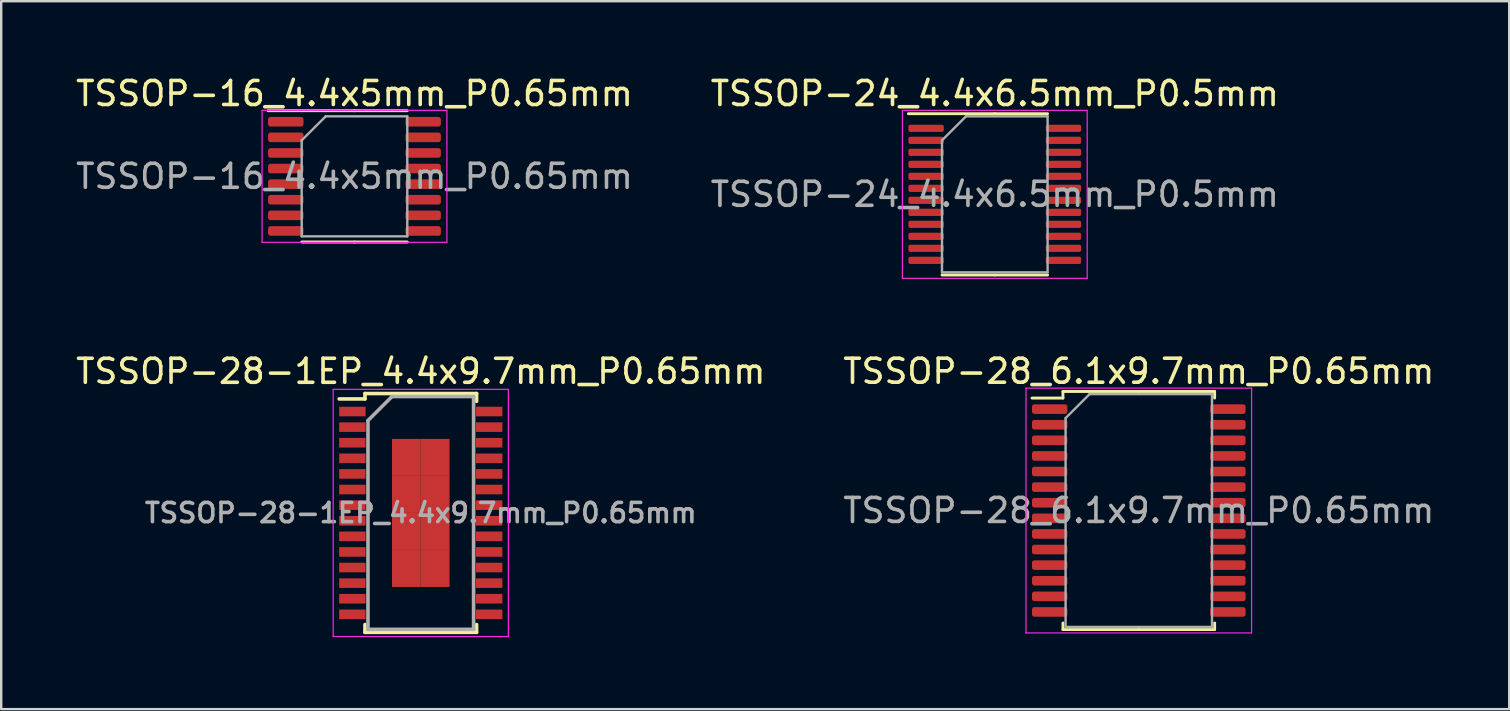
<source format=kicad_pcb>
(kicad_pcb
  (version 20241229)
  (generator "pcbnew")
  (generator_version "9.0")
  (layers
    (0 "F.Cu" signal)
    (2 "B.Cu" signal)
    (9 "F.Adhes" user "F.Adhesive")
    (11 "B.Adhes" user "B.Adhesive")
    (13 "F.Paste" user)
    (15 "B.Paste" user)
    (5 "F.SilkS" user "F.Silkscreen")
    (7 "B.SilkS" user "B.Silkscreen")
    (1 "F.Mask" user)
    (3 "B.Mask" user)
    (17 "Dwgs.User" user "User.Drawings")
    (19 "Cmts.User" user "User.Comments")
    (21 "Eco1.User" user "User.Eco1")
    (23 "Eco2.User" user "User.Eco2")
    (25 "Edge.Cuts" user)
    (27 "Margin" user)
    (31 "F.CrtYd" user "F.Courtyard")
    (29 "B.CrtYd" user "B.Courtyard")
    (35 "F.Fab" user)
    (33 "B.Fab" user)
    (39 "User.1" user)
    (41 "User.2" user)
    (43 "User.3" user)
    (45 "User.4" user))
  (footprint "TSSOP-24_4.4x6.5mm_P0.5mm"
    (layer "F.Cu")
    (at 38.399 5.048)
    (property "Reference" "TSSOP-24_4.4x6.5mm_P0.5mm" (at 0 -4.2 0) (layer "F.SilkS") (effects (font (size 1 1) (thickness 0.15))))
    (attr smd)
    (fp_line (start 0 -3.36) (end -3.6 -3.36) (stroke (width 0.12) (type solid)) (layer "F.SilkS"))
    (fp_line (start 0 -3.36) (end 2.2 -3.36) (stroke (width 0.12) (type solid)) (layer "F.SilkS"))
    (fp_line (start 0 3.36) (end -2.2 3.36) (stroke (width 0.12) (type solid)) (layer "F.SilkS"))
    (fp_line (start 0 3.36) (end 2.2 3.36) (stroke (width 0.12) (type solid)) (layer "F.SilkS"))
    (fp_line (start -3.85 -3.5) (end -3.85 3.5) (stroke (width 0.05) (type solid)) (layer "F.CrtYd"))
    (fp_line (start -3.85 3.5) (end 3.85 3.5) (stroke (width 0.05) (type solid)) (layer "F.CrtYd"))
    (fp_line (start 3.85 -3.5) (end -3.85 -3.5) (stroke (width 0.05) (type solid)) (layer "F.CrtYd"))
    (fp_line (start 3.85 3.5) (end 3.85 -3.5) (stroke (width 0.05) (type solid)) (layer "F.CrtYd"))
    (fp_line (start -2.2 -2.25) (end -1.2 -3.25) (stroke (width 0.1) (type solid)) (layer "F.Fab"))
    (fp_line (start -2.2 3.25) (end -2.2 -2.25) (stroke (width 0.1) (type solid)) (layer "F.Fab"))
    (fp_line (start -1.2 -3.25) (end 2.2 -3.25) (stroke (width 0.1) (type solid)) (layer "F.Fab"))
    (fp_line (start 2.2 -3.25) (end 2.2 3.25) (stroke (width 0.1) (type solid)) (layer "F.Fab"))
    (fp_line (start 2.2 3.25) (end -2.2 3.25) (stroke (width 0.1) (type solid)) (layer "F.Fab"))
    (fp_text user "${REFERENCE}" (at 0 0 0) (layer "F.Fab") (effects (font (size 1 1) (thickness 0.15))))
    (pad "1" smd roundrect (at -2.862 -2.75) (size 1.475 0.3) (layers "F.Cu" "F.Mask" "F.Paste") (roundrect_rratio 0.25))
    (pad "2" smd roundrect (at -2.862 -2.25) (size 1.475 0.3) (layers "F.Cu" "F.Mask" "F.Paste") (roundrect_rratio 0.25))
    (pad "3" smd roundrect (at -2.862 -1.75) (size 1.475 0.3) (layers "F.Cu" "F.Mask" "F.Paste") (roundrect_rratio 0.25))
    (pad "4" smd roundrect (at -2.862 -1.25) (size 1.475 0.3) (layers "F.Cu" "F.Mask" "F.Paste") (roundrect_rratio 0.25))
    (pad "5" smd roundrect (at -2.862 -0.75) (size 1.475 0.3) (layers "F.Cu" "F.Mask" "F.Paste") (roundrect_rratio 0.25))
    (pad "6" smd roundrect (at -2.862 -0.25) (size 1.475 0.3) (layers "F.Cu" "F.Mask" "F.Paste") (roundrect_rratio 0.25))
    (pad "7" smd roundrect (at -2.862 0.25) (size 1.475 0.3) (layers "F.Cu" "F.Mask" "F.Paste") (roundrect_rratio 0.25))
    (pad "8" smd roundrect (at -2.862 0.75) (size 1.475 0.3) (layers "F.Cu" "F.Mask" "F.Paste") (roundrect_rratio 0.25))
    (pad "9" smd roundrect (at -2.862 1.25) (size 1.475 0.3) (layers "F.Cu" "F.Mask" "F.Paste") (roundrect_rratio 0.25))
    (pad "10" smd roundrect (at -2.862 1.75) (size 1.475 0.3) (layers "F.Cu" "F.Mask" "F.Paste") (roundrect_rratio 0.25))
    (pad "11" smd roundrect (at -2.862 2.25) (size 1.475 0.3) (layers "F.Cu" "F.Mask" "F.Paste") (roundrect_rratio 0.25))
    (pad "12" smd roundrect (at -2.862 2.75) (size 1.475 0.3) (layers "F.Cu" "F.Mask" "F.Paste") (roundrect_rratio 0.25))
    (pad "13" smd roundrect (at 2.862 2.75) (size 1.475 0.3) (layers "F.Cu" "F.Mask" "F.Paste") (roundrect_rratio 0.25))
    (pad "14" smd roundrect (at 2.862 2.25) (size 1.475 0.3) (layers "F.Cu" "F.Mask" "F.Paste") (roundrect_rratio 0.25))
    (pad "15" smd roundrect (at 2.862 1.75) (size 1.475 0.3) (layers "F.Cu" "F.Mask" "F.Paste") (roundrect_rratio 0.25))
    (pad "16" smd roundrect (at 2.862 1.25) (size 1.475 0.3) (layers "F.Cu" "F.Mask" "F.Paste") (roundrect_rratio 0.25))
    (pad "17" smd roundrect (at 2.862 0.75) (size 1.475 0.3) (layers "F.Cu" "F.Mask" "F.Paste") (roundrect_rratio 0.25))
    (pad "18" smd roundrect (at 2.862 0.25) (size 1.475 0.3) (layers "F.Cu" "F.Mask" "F.Paste") (roundrect_rratio 0.25))
    (pad "19" smd roundrect (at 2.862 -0.25) (size 1.475 0.3) (layers "F.Cu" "F.Mask" "F.Paste") (roundrect_rratio 0.25))
    (pad "20" smd roundrect (at 2.862 -0.75) (size 1.475 0.3) (layers "F.Cu" "F.Mask" "F.Paste") (roundrect_rratio 0.25))
    (pad "21" smd roundrect (at 2.862 -1.25) (size 1.475 0.3) (layers "F.Cu" "F.Mask" "F.Paste") (roundrect_rratio 0.25))
    (pad "22" smd roundrect (at 2.862 -1.75) (size 1.475 0.3) (layers "F.Cu" "F.Mask" "F.Paste") (roundrect_rratio 0.25))
    (pad "23" smd roundrect (at 2.862 -2.25) (size 1.475 0.3) (layers "F.Cu" "F.Mask" "F.Paste") (roundrect_rratio 0.25))
    (pad "24" smd roundrect (at 2.862 -2.75) (size 1.475 0.3) (layers "F.Cu" "F.Mask" "F.Paste") (roundrect_rratio 0.25)))
  (footprint "TSSOP-16_4.4x5mm_P0.65mm"
    (layer "F.Cu")
    (at 11.72 4.298)
    (property "Reference" "TSSOP-16_4.4x5mm_P0.65mm" (at 0 -3.45 0) (layer "F.SilkS") (effects (font (size 1 1) (thickness 0.15))))
    (attr smd)
    (fp_line (start 0 -2.735) (end -3.6 -2.735) (stroke (width 0.12) (type solid)) (layer "F.SilkS"))
    (fp_line (start 0 -2.735) (end 2.2 -2.735) (stroke (width 0.12) (type solid)) (layer "F.SilkS"))
    (fp_line (start 0 2.735) (end -2.2 2.735) (stroke (width 0.12) (type solid)) (layer "F.SilkS"))
    (fp_line (start 0 2.735) (end 2.2 2.735) (stroke (width 0.12) (type solid)) (layer "F.SilkS"))
    (fp_line (start -3.85 -2.75) (end -3.85 2.75) (stroke (width 0.05) (type solid)) (layer "F.CrtYd"))
    (fp_line (start -3.85 2.75) (end 3.85 2.75) (stroke (width 0.05) (type solid)) (layer "F.CrtYd"))
    (fp_line (start 3.85 -2.75) (end -3.85 -2.75) (stroke (width 0.05) (type solid)) (layer "F.CrtYd"))
    (fp_line (start 3.85 2.75) (end 3.85 -2.75) (stroke (width 0.05) (type solid)) (layer "F.CrtYd"))
    (fp_line (start -2.2 -1.5) (end -1.2 -2.5) (stroke (width 0.1) (type solid)) (layer "F.Fab"))
    (fp_line (start -2.2 2.5) (end -2.2 -1.5) (stroke (width 0.1) (type solid)) (layer "F.Fab"))
    (fp_line (start -1.2 -2.5) (end 2.2 -2.5) (stroke (width 0.1) (type solid)) (layer "F.Fab"))
    (fp_line (start 2.2 -2.5) (end 2.2 2.5) (stroke (width 0.1) (type solid)) (layer "F.Fab"))
    (fp_line (start 2.2 2.5) (end -2.2 2.5) (stroke (width 0.1) (type solid)) (layer "F.Fab"))
    (fp_text user "${REFERENCE}" (at 0 0 0) (layer "F.Fab") (effects (font (size 1 1) (thickness 0.15))))
    (pad "1" smd roundrect (at -2.862 -2.275) (size 1.475 0.4) (layers "F.Cu" "F.Mask" "F.Paste") (roundrect_rratio 0.25))
    (pad "2" smd roundrect (at -2.862 -1.625) (size 1.475 0.4) (layers "F.Cu" "F.Mask" "F.Paste") (roundrect_rratio 0.25))
    (pad "3" smd roundrect (at -2.862 -0.975) (size 1.475 0.4) (layers "F.Cu" "F.Mask" "F.Paste") (roundrect_rratio 0.25))
    (pad "4" smd roundrect (at -2.862 -0.325) (size 1.475 0.4) (layers "F.Cu" "F.Mask" "F.Paste") (roundrect_rratio 0.25))
    (pad "5" smd roundrect (at -2.862 0.325) (size 1.475 0.4) (layers "F.Cu" "F.Mask" "F.Paste") (roundrect_rratio 0.25))
    (pad "6" smd roundrect (at -2.862 0.975) (size 1.475 0.4) (layers "F.Cu" "F.Mask" "F.Paste") (roundrect_rratio 0.25))
    (pad "7" smd roundrect (at -2.862 1.625) (size 1.475 0.4) (layers "F.Cu" "F.Mask" "F.Paste") (roundrect_rratio 0.25))
    (pad "8" smd roundrect (at -2.862 2.275) (size 1.475 0.4) (layers "F.Cu" "F.Mask" "F.Paste") (roundrect_rratio 0.25))
    (pad "9" smd roundrect (at 2.862 2.275) (size 1.475 0.4) (layers "F.Cu" "F.Mask" "F.Paste") (roundrect_rratio 0.25))
    (pad "10" smd roundrect (at 2.862 1.625) (size 1.475 0.4) (layers "F.Cu" "F.Mask" "F.Paste") (roundrect_rratio 0.25))
    (pad "11" smd roundrect (at 2.862 0.975) (size 1.475 0.4) (layers "F.Cu" "F.Mask" "F.Paste") (roundrect_rratio 0.25))
    (pad "12" smd roundrect (at 2.862 0.325) (size 1.475 0.4) (layers "F.Cu" "F.Mask" "F.Paste") (roundrect_rratio 0.25))
    (pad "13" smd roundrect (at 2.862 -0.325) (size 1.475 0.4) (layers "F.Cu" "F.Mask" "F.Paste") (roundrect_rratio 0.25))
    (pad "14" smd roundrect (at 2.862 -0.975) (size 1.475 0.4) (layers "F.Cu" "F.Mask" "F.Paste") (roundrect_rratio 0.25))
    (pad "15" smd roundrect (at 2.862 -1.625) (size 1.475 0.4) (layers "F.Cu" "F.Mask" "F.Paste") (roundrect_rratio 0.25))
    (pad "16" smd roundrect (at 2.862 -2.275) (size 1.475 0.4) (layers "F.Cu" "F.Mask" "F.Paste") (roundrect_rratio 0.25)))
  (footprint "TSSOP-28_6.1x9.7mm_P0.65mm"
    (layer "F.Cu")
    (at 44.399 18.221)
    (property "Reference" "TSSOP-28_6.1x9.7mm_P0.65mm" (at 0 -5.8 0) (layer "F.SilkS") (effects (font (size 1 1) (thickness 0.15))))
    (attr smd)
    (fp_line (start -3.16 -4.96) (end -3.16 -4.685) (stroke (width 0.12) (type solid)) (layer "F.SilkS"))
    (fp_line (start -3.16 -4.685) (end -4.45 -4.685) (stroke (width 0.12) (type solid)) (layer "F.SilkS"))
    (fp_line (start -3.16 4.96) (end -3.16 4.685) (stroke (width 0.12) (type solid)) (layer "F.SilkS"))
    (fp_line (start 0 -4.96) (end -3.16 -4.96) (stroke (width 0.12) (type solid)) (layer "F.SilkS"))
    (fp_line (start 0 -4.96) (end 3.16 -4.96) (stroke (width 0.12) (type solid)) (layer "F.SilkS"))
    (fp_line (start 0 4.96) (end -3.16 4.96) (stroke (width 0.12) (type solid)) (layer "F.SilkS"))
    (fp_line (start 0 4.96) (end 3.16 4.96) (stroke (width 0.12) (type solid)) (layer "F.SilkS"))
    (fp_line (start 3.16 -4.96) (end 3.16 -4.685) (stroke (width 0.12) (type solid)) (layer "F.SilkS"))
    (fp_line (start 3.16 4.96) (end 3.16 4.685) (stroke (width 0.12) (type solid)) (layer "F.SilkS"))
    (fp_line (start -4.7 -5.1) (end -4.7 5.1) (stroke (width 0.05) (type solid)) (layer "F.CrtYd"))
    (fp_line (start -4.7 5.1) (end 4.7 5.1) (stroke (width 0.05) (type solid)) (layer "F.CrtYd"))
    (fp_line (start 4.7 -5.1) (end -4.7 -5.1) (stroke (width 0.05) (type solid)) (layer "F.CrtYd"))
    (fp_line (start 4.7 5.1) (end 4.7 -5.1) (stroke (width 0.05) (type solid)) (layer "F.CrtYd"))
    (fp_line (start -3.05 -3.85) (end -2.05 -4.85) (stroke (width 0.1) (type solid)) (layer "F.Fab"))
    (fp_line (start -3.05 4.85) (end -3.05 -3.85) (stroke (width 0.1) (type solid)) (layer "F.Fab"))
    (fp_line (start -2.05 -4.85) (end 3.05 -4.85) (stroke (width 0.1) (type solid)) (layer "F.Fab"))
    (fp_line (start 3.05 -4.85) (end 3.05 4.85) (stroke (width 0.1) (type solid)) (layer "F.Fab"))
    (fp_line (start 3.05 4.85) (end -3.05 4.85) (stroke (width 0.1) (type solid)) (layer "F.Fab"))
    (fp_text user "${REFERENCE}" (at 0 0 0) (layer "F.Fab") (effects (font (size 1 1) (thickness 0.15))))
    (pad "1" smd roundrect (at -3.712 -4.225) (size 1.475 0.4) (layers "F.Cu" "F.Mask" "F.Paste") (roundrect_rratio 0.25))
    (pad "2" smd roundrect (at -3.712 -3.575) (size 1.475 0.4) (layers "F.Cu" "F.Mask" "F.Paste") (roundrect_rratio 0.25))
    (pad "3" smd roundrect (at -3.712 -2.925) (size 1.475 0.4) (layers "F.Cu" "F.Mask" "F.Paste") (roundrect_rratio 0.25))
    (pad "4" smd roundrect (at -3.712 -2.275) (size 1.475 0.4) (layers "F.Cu" "F.Mask" "F.Paste") (roundrect_rratio 0.25))
    (pad "5" smd roundrect (at -3.712 -1.625) (size 1.475 0.4) (layers "F.Cu" "F.Mask" "F.Paste") (roundrect_rratio 0.25))
    (pad "6" smd roundrect (at -3.712 -0.975) (size 1.475 0.4) (layers "F.Cu" "F.Mask" "F.Paste") (roundrect_rratio 0.25))
    (pad "7" smd roundrect (at -3.712 -0.325) (size 1.475 0.4) (layers "F.Cu" "F.Mask" "F.Paste") (roundrect_rratio 0.25))
    (pad "8" smd roundrect (at -3.712 0.325) (size 1.475 0.4) (layers "F.Cu" "F.Mask" "F.Paste") (roundrect_rratio 0.25))
    (pad "9" smd roundrect (at -3.712 0.975) (size 1.475 0.4) (layers "F.Cu" "F.Mask" "F.Paste") (roundrect_rratio 0.25))
    (pad "10" smd roundrect (at -3.712 1.625) (size 1.475 0.4) (layers "F.Cu" "F.Mask" "F.Paste") (roundrect_rratio 0.25))
    (pad "11" smd roundrect (at -3.712 2.275) (size 1.475 0.4) (layers "F.Cu" "F.Mask" "F.Paste") (roundrect_rratio 0.25))
    (pad "12" smd roundrect (at -3.712 2.925) (size 1.475 0.4) (layers "F.Cu" "F.Mask" "F.Paste") (roundrect_rratio 0.25))
    (pad "13" smd roundrect (at -3.712 3.575) (size 1.475 0.4) (layers "F.Cu" "F.Mask" "F.Paste") (roundrect_rratio 0.25))
    (pad "14" smd roundrect (at -3.712 4.225) (size 1.475 0.4) (layers "F.Cu" "F.Mask" "F.Paste") (roundrect_rratio 0.25))
    (pad "15" smd roundrect (at 3.712 4.225) (size 1.475 0.4) (layers "F.Cu" "F.Mask" "F.Paste") (roundrect_rratio 0.25))
    (pad "16" smd roundrect (at 3.712 3.575) (size 1.475 0.4) (layers "F.Cu" "F.Mask" "F.Paste") (roundrect_rratio 0.25))
    (pad "17" smd roundrect (at 3.712 2.925) (size 1.475 0.4) (layers "F.Cu" "F.Mask" "F.Paste") (roundrect_rratio 0.25))
    (pad "18" smd roundrect (at 3.712 2.275) (size 1.475 0.4) (layers "F.Cu" "F.Mask" "F.Paste") (roundrect_rratio 0.25))
    (pad "19" smd roundrect (at 3.712 1.625) (size 1.475 0.4) (layers "F.Cu" "F.Mask" "F.Paste") (roundrect_rratio 0.25))
    (pad "20" smd roundrect (at 3.712 0.975) (size 1.475 0.4) (layers "F.Cu" "F.Mask" "F.Paste") (roundrect_rratio 0.25))
    (pad "21" smd roundrect (at 3.712 0.325) (size 1.475 0.4) (layers "F.Cu" "F.Mask" "F.Paste") (roundrect_rratio 0.25))
    (pad "22" smd roundrect (at 3.712 -0.325) (size 1.475 0.4) (layers "F.Cu" "F.Mask" "F.Paste") (roundrect_rratio 0.25))
    (pad "23" smd roundrect (at 3.712 -0.975) (size 1.475 0.4) (layers "F.Cu" "F.Mask" "F.Paste") (roundrect_rratio 0.25))
    (pad "24" smd roundrect (at 3.712 -1.625) (size 1.475 0.4) (layers "F.Cu" "F.Mask" "F.Paste") (roundrect_rratio 0.25))
    (pad "25" smd roundrect (at 3.712 -2.275) (size 1.475 0.4) (layers "F.Cu" "F.Mask" "F.Paste") (roundrect_rratio 0.25))
    (pad "26" smd roundrect (at 3.712 -2.925) (size 1.475 0.4) (layers "F.Cu" "F.Mask" "F.Paste") (roundrect_rratio 0.25))
    (pad "27" smd roundrect (at 3.712 -3.575) (size 1.475 0.4) (layers "F.Cu" "F.Mask" "F.Paste") (roundrect_rratio 0.25))
    (pad "28" smd roundrect (at 3.712 -4.225) (size 1.475 0.4) (layers "F.Cu" "F.Mask" "F.Paste") (roundrect_rratio 0.25)))
  (footprint "TSSOP-28-1EP_4.4x9.7mm_P0.65mm"
    (layer "F.Cu")
    (at 14.482 18.322)
    (property "Reference" "TSSOP-28-1EP_4.4x9.7mm_P0.65mm" (at 0 -5.9 0) (layer "F.SilkS") (effects (font (size 1 1) (thickness 0.15))))
    (attr smd)
    (fp_line (start -2.325 -4.975) (end -2.325 -4.75) (stroke (width 0.15) (type solid)) (layer "F.SilkS"))
    (fp_line (start -2.325 -4.975) (end 2.325 -4.975) (stroke (width 0.15) (type solid)) (layer "F.SilkS"))
    (fp_line (start -2.325 -4.75) (end -3.4 -4.75) (stroke (width 0.15) (type solid)) (layer "F.SilkS"))
    (fp_line (start -2.325 4.975) (end -2.325 4.65) (stroke (width 0.15) (type solid)) (layer "F.SilkS"))
    (fp_line (start -2.325 4.975) (end 2.325 4.975) (stroke (width 0.15) (type solid)) (layer "F.SilkS"))
    (fp_line (start 2.325 -4.975) (end 2.325 -4.65) (stroke (width 0.15) (type solid)) (layer "F.SilkS"))
    (fp_line (start 2.325 4.975) (end 2.325 4.65) (stroke (width 0.15) (type solid)) (layer "F.SilkS"))
    (fp_line (start -3.65 -5.15) (end -3.65 5.15) (stroke (width 0.05) (type solid)) (layer "F.CrtYd"))
    (fp_line (start -3.65 -5.15) (end 3.65 -5.15) (stroke (width 0.05) (type solid)) (layer "F.CrtYd"))
    (fp_line (start -3.65 5.15) (end 3.65 5.15) (stroke (width 0.05) (type solid)) (layer "F.CrtYd"))
    (fp_line (start 3.65 -5.15) (end 3.65 5.15) (stroke (width 0.05) (type solid)) (layer "F.CrtYd"))
    (fp_line (start -2.2 -3.85) (end -1.2 -4.85) (stroke (width 0.15) (type solid)) (layer "F.Fab"))
    (fp_line (start -2.2 4.85) (end -2.2 -3.85) (stroke (width 0.15) (type solid)) (layer "F.Fab"))
    (fp_line (start -1.2 -4.85) (end 2.2 -4.85) (stroke (width 0.15) (type solid)) (layer "F.Fab"))
    (fp_line (start 2.2 -4.85) (end 2.2 4.85) (stroke (width 0.15) (type solid)) (layer "F.Fab"))
    (fp_line (start 2.2 4.85) (end -2.2 4.85) (stroke (width 0.15) (type solid)) (layer "F.Fab"))
    (fp_text user "${REFERENCE}" (at 0 0 0) (layer "F.Fab") (effects (font (size 0.8 0.8) (thickness 0.15))))
    (pad "1" smd rect (at -2.85 -4.225) (size 1.1 0.4) (layers "F.Cu" "F.Mask" "F.Paste"))
    (pad "2" smd rect (at -2.85 -3.575) (size 1.1 0.4) (layers "F.Cu" "F.Mask" "F.Paste"))
    (pad "3" smd rect (at -2.85 -2.925) (size 1.1 0.4) (layers "F.Cu" "F.Mask" "F.Paste"))
    (pad "4" smd rect (at -2.85 -2.275) (size 1.1 0.4) (layers "F.Cu" "F.Mask" "F.Paste"))
    (pad "5" smd rect (at -2.85 -1.625) (size 1.1 0.4) (layers "F.Cu" "F.Mask" "F.Paste"))
    (pad "6" smd rect (at -2.85 -0.975) (size 1.1 0.4) (layers "F.Cu" "F.Mask" "F.Paste"))
    (pad "7" smd rect (at -2.85 -0.325) (size 1.1 0.4) (layers "F.Cu" "F.Mask" "F.Paste"))
    (pad "8" smd rect (at -2.85 0.325) (size 1.1 0.4) (layers "F.Cu" "F.Mask" "F.Paste"))
    (pad "9" smd rect (at -2.85 0.975) (size 1.1 0.4) (layers "F.Cu" "F.Mask" "F.Paste"))
    (pad "10" smd rect (at -2.85 1.625) (size 1.1 0.4) (layers "F.Cu" "F.Mask" "F.Paste"))
    (pad "11" smd rect (at -2.85 2.275) (size 1.1 0.4) (layers "F.Cu" "F.Mask" "F.Paste"))
    (pad "12" smd rect (at -2.85 2.925) (size 1.1 0.4) (layers "F.Cu" "F.Mask" "F.Paste"))
    (pad "13" smd rect (at -2.85 3.575) (size 1.1 0.4) (layers "F.Cu" "F.Mask" "F.Paste"))
    (pad "14" smd rect (at -2.85 4.225) (size 1.1 0.4) (layers "F.Cu" "F.Mask" "F.Paste"))
    (pad "15" smd rect (at 2.85 4.225) (size 1.1 0.4) (layers "F.Cu" "F.Mask" "F.Paste"))
    (pad "16" smd rect (at 2.85 3.575) (size 1.1 0.4) (layers "F.Cu" "F.Mask" "F.Paste"))
    (pad "17" smd rect (at 2.85 2.925) (size 1.1 0.4) (layers "F.Cu" "F.Mask" "F.Paste"))
    (pad "18" smd rect (at 2.85 2.275) (size 1.1 0.4) (layers "F.Cu" "F.Mask" "F.Paste"))
    (pad "19" smd rect (at 2.85 1.625) (size 1.1 0.4) (layers "F.Cu" "F.Mask" "F.Paste"))
    (pad "20" smd rect (at 2.85 0.975) (size 1.1 0.4) (layers "F.Cu" "F.Mask" "F.Paste"))
    (pad "21" smd rect (at 2.85 0.325) (size 1.1 0.4) (layers "F.Cu" "F.Mask" "F.Paste"))
    (pad "22" smd rect (at 2.85 -0.325) (size 1.1 0.4) (layers "F.Cu" "F.Mask" "F.Paste"))
    (pad "23" smd rect (at 2.85 -0.975) (size 1.1 0.4) (layers "F.Cu" "F.Mask" "F.Paste"))
    (pad "24" smd rect (at 2.85 -1.625) (size 1.1 0.4) (layers "F.Cu" "F.Mask" "F.Paste"))
    (pad "25" smd rect (at 2.85 -2.275) (size 1.1 0.4) (layers "F.Cu" "F.Mask" "F.Paste"))
    (pad "26" smd rect (at 2.85 -2.925) (size 1.1 0.4) (layers "F.Cu" "F.Mask" "F.Paste"))
    (pad "27" smd rect (at 2.85 -3.575) (size 1.1 0.4) (layers "F.Cu" "F.Mask" "F.Paste"))
    (pad "28" smd rect (at 2.85 -4.225) (size 1.1 0.4) (layers "F.Cu" "F.Mask" "F.Paste"))
    (pad "29" smd rect (at -0.6 -2.314) (size 1.2 1.542) (layers "F.Cu" "F.Mask" "F.Paste"))
    (pad "29" smd rect (at -0.6 -0.771) (size 1.2 1.542) (layers "F.Cu" "F.Mask" "F.Paste"))
    (pad "29" smd rect (at -0.6 0.771) (size 1.2 1.542) (layers "F.Cu" "F.Mask" "F.Paste"))
    (pad "29" smd rect (at -0.6 2.314) (size 1.2 1.542) (layers "F.Cu" "F.Mask" "F.Paste"))
    (pad "29" smd rect (at 0.6 -2.314) (size 1.2 1.542) (layers "F.Cu" "F.Mask" "F.Paste"))
    (pad "29" smd rect (at 0.6 -0.771) (size 1.2 1.542) (layers "F.Cu" "F.Mask" "F.Paste"))
    (pad "29" smd rect (at 0.6 0.771) (size 1.2 1.542) (layers "F.Cu" "F.Mask" "F.Paste"))
    (pad "29" smd rect (at 0.6 2.314) (size 1.2 1.542) (layers "F.Cu" "F.Mask" "F.Paste")))
  (gr_rect
    (start -3 -3)
    (end 59.833 26.497)
    (stroke (width 0.1) (type default))
    (fill no)
    (layer "Edge.Cuts")))
</source>
